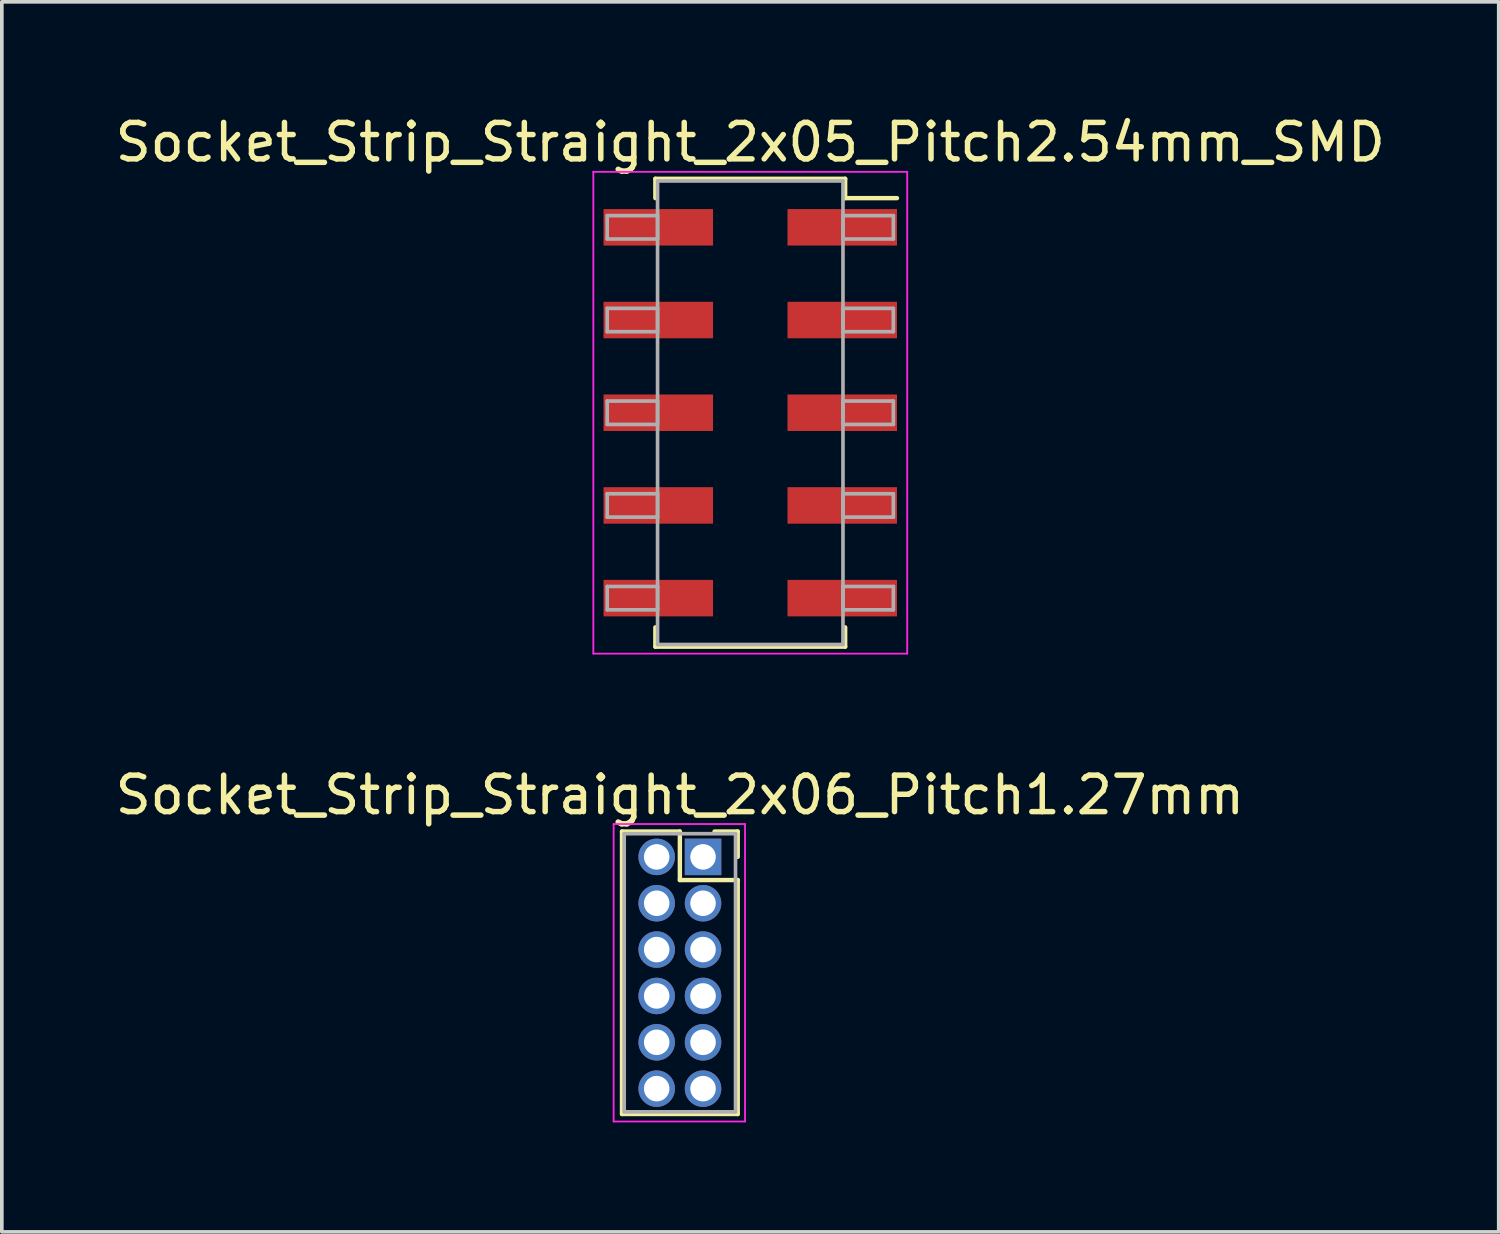
<source format=kicad_pcb>
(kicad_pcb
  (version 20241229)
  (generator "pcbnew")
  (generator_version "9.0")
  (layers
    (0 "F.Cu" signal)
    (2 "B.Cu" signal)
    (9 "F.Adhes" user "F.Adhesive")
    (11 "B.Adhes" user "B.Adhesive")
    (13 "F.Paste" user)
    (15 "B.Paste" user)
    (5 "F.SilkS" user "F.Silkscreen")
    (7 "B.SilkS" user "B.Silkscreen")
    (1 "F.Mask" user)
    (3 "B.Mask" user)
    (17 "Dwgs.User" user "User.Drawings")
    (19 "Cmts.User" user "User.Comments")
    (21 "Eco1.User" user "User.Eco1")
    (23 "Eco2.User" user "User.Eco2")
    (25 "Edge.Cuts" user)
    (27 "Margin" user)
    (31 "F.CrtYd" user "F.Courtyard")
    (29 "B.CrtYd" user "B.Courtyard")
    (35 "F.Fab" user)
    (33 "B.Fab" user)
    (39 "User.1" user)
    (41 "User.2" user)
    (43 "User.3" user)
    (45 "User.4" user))
  (footprint "Socket_Strip_Straight_2x05_Pitch2.54mm_SMD"
    (layer "F.Cu")
    (at 17.506 8.258)
    (property "Reference" "Socket_Strip_Straight_2x05_Pitch2.54mm_SMD" (at 0 -7.41 0) (layer "F.SilkS") (effects (font (size 1 1) (thickness 0.15))))
    (attr smd)
    (fp_line (start -2.6 -6.41) (end 2.6 -6.41) (stroke (width 0.12) (type solid)) (layer "F.SilkS"))
    (fp_line (start -2.6 -5.88) (end -2.6 -6.41) (stroke (width 0.12) (type solid)) (layer "F.SilkS"))
    (fp_line (start -2.6 5.88) (end -2.6 6.41) (stroke (width 0.12) (type solid)) (layer "F.SilkS"))
    (fp_line (start -2.6 6.41) (end 2.6 6.41) (stroke (width 0.12) (type solid)) (layer "F.SilkS"))
    (fp_line (start 2.6 -6.41) (end 2.6 -5.88) (stroke (width 0.12) (type solid)) (layer "F.SilkS"))
    (fp_line (start 2.6 6.41) (end 2.6 5.88) (stroke (width 0.12) (type solid)) (layer "F.SilkS"))
    (fp_line (start 4.02 -5.88) (end 2.6 -5.88) (stroke (width 0.12) (type solid)) (layer "F.SilkS"))
    (fp_line (start -4.3 -6.6) (end -4.3 6.6) (stroke (width 0.05) (type solid)) (layer "F.CrtYd"))
    (fp_line (start -4.3 6.6) (end 4.3 6.6) (stroke (width 0.05) (type solid)) (layer "F.CrtYd"))
    (fp_line (start 4.3 -6.6) (end -4.3 -6.6) (stroke (width 0.05) (type solid)) (layer "F.CrtYd"))
    (fp_line (start 4.3 6.6) (end 4.3 -6.6) (stroke (width 0.05) (type solid)) (layer "F.CrtYd"))
    (fp_line (start -3.92 -5.4) (end -2.54 -5.4) (stroke (width 0.1) (type solid)) (layer "F.Fab"))
    (fp_line (start -3.92 -4.76) (end -3.92 -5.4) (stroke (width 0.1) (type solid)) (layer "F.Fab"))
    (fp_line (start -3.92 -2.86) (end -2.54 -2.86) (stroke (width 0.1) (type solid)) (layer "F.Fab"))
    (fp_line (start -3.92 -2.22) (end -3.92 -2.86) (stroke (width 0.1) (type solid)) (layer "F.Fab"))
    (fp_line (start -3.92 -0.32) (end -2.54 -0.32) (stroke (width 0.1) (type solid)) (layer "F.Fab"))
    (fp_line (start -3.92 0.32) (end -3.92 -0.32) (stroke (width 0.1) (type solid)) (layer "F.Fab"))
    (fp_line (start -3.92 2.22) (end -2.54 2.22) (stroke (width 0.1) (type solid)) (layer "F.Fab"))
    (fp_line (start -3.92 2.86) (end -3.92 2.22) (stroke (width 0.1) (type solid)) (layer "F.Fab"))
    (fp_line (start -3.92 4.76) (end -2.54 4.76) (stroke (width 0.1) (type solid)) (layer "F.Fab"))
    (fp_line (start -3.92 5.4) (end -3.92 4.76) (stroke (width 0.1) (type solid)) (layer "F.Fab"))
    (fp_line (start -2.54 -6.35) (end -2.54 6.35) (stroke (width 0.1) (type solid)) (layer "F.Fab"))
    (fp_line (start -2.54 -5.4) (end -2.54 -4.76) (stroke (width 0.1) (type solid)) (layer "F.Fab"))
    (fp_line (start -2.54 -4.76) (end -3.92 -4.76) (stroke (width 0.1) (type solid)) (layer "F.Fab"))
    (fp_line (start -2.54 -2.86) (end -2.54 -2.22) (stroke (width 0.1) (type solid)) (layer "F.Fab"))
    (fp_line (start -2.54 -2.22) (end -3.92 -2.22) (stroke (width 0.1) (type solid)) (layer "F.Fab"))
    (fp_line (start -2.54 -0.32) (end -2.54 0.32) (stroke (width 0.1) (type solid)) (layer "F.Fab"))
    (fp_line (start -2.54 0.32) (end -3.92 0.32) (stroke (width 0.1) (type solid)) (layer "F.Fab"))
    (fp_line (start -2.54 2.22) (end -2.54 2.86) (stroke (width 0.1) (type solid)) (layer "F.Fab"))
    (fp_line (start -2.54 2.86) (end -3.92 2.86) (stroke (width 0.1) (type solid)) (layer "F.Fab"))
    (fp_line (start -2.54 4.76) (end -2.54 5.4) (stroke (width 0.1) (type solid)) (layer "F.Fab"))
    (fp_line (start -2.54 5.4) (end -3.92 5.4) (stroke (width 0.1) (type solid)) (layer "F.Fab"))
    (fp_line (start -2.54 6.35) (end 2.54 6.35) (stroke (width 0.1) (type solid)) (layer "F.Fab"))
    (fp_line (start 2.54 -6.35) (end -2.54 -6.35) (stroke (width 0.1) (type solid)) (layer "F.Fab"))
    (fp_line (start 2.54 -5.4) (end 2.54 -4.76) (stroke (width 0.1) (type solid)) (layer "F.Fab"))
    (fp_line (start 2.54 -4.76) (end 3.92 -4.76) (stroke (width 0.1) (type solid)) (layer "F.Fab"))
    (fp_line (start 2.54 -2.86) (end 2.54 -2.22) (stroke (width 0.1) (type solid)) (layer "F.Fab"))
    (fp_line (start 2.54 -2.22) (end 3.92 -2.22) (stroke (width 0.1) (type solid)) (layer "F.Fab"))
    (fp_line (start 2.54 -0.32) (end 2.54 0.32) (stroke (width 0.1) (type solid)) (layer "F.Fab"))
    (fp_line (start 2.54 0.32) (end 3.92 0.32) (stroke (width 0.1) (type solid)) (layer "F.Fab"))
    (fp_line (start 2.54 2.22) (end 2.54 2.86) (stroke (width 0.1) (type solid)) (layer "F.Fab"))
    (fp_line (start 2.54 2.86) (end 3.92 2.86) (stroke (width 0.1) (type solid)) (layer "F.Fab"))
    (fp_line (start 2.54 4.76) (end 2.54 5.4) (stroke (width 0.1) (type solid)) (layer "F.Fab"))
    (fp_line (start 2.54 5.4) (end 3.92 5.4) (stroke (width 0.1) (type solid)) (layer "F.Fab"))
    (fp_line (start 2.54 6.35) (end 2.54 -6.35) (stroke (width 0.1) (type solid)) (layer "F.Fab"))
    (fp_line (start 3.92 -5.4) (end 2.54 -5.4) (stroke (width 0.1) (type solid)) (layer "F.Fab"))
    (fp_line (start 3.92 -4.76) (end 3.92 -5.4) (stroke (width 0.1) (type solid)) (layer "F.Fab"))
    (fp_line (start 3.92 -2.86) (end 2.54 -2.86) (stroke (width 0.1) (type solid)) (layer "F.Fab"))
    (fp_line (start 3.92 -2.22) (end 3.92 -2.86) (stroke (width 0.1) (type solid)) (layer "F.Fab"))
    (fp_line (start 3.92 -0.32) (end 2.54 -0.32) (stroke (width 0.1) (type solid)) (layer "F.Fab"))
    (fp_line (start 3.92 0.32) (end 3.92 -0.32) (stroke (width 0.1) (type solid)) (layer "F.Fab"))
    (fp_line (start 3.92 2.22) (end 2.54 2.22) (stroke (width 0.1) (type solid)) (layer "F.Fab"))
    (fp_line (start 3.92 2.86) (end 3.92 2.22) (stroke (width 0.1) (type solid)) (layer "F.Fab"))
    (fp_line (start 3.92 4.76) (end 2.54 4.76) (stroke (width 0.1) (type solid)) (layer "F.Fab"))
    (fp_line (start 3.92 5.4) (end 3.92 4.76) (stroke (width 0.1) (type solid)) (layer "F.Fab"))
    (pad "1" smd rect (at 2.52 -5.08) (size 3 1) (layers "F.Cu" "F.Mask"))
    (pad "2" smd rect (at -2.52 -5.08) (size 3 1) (layers "F.Cu" "F.Mask"))
    (pad "3" smd rect (at 2.52 -2.54) (size 3 1) (layers "F.Cu" "F.Mask"))
    (pad "4" smd rect (at -2.52 -2.54) (size 3 1) (layers "F.Cu" "F.Mask"))
    (pad "5" smd rect (at 2.52 0) (size 3 1) (layers "F.Cu" "F.Mask"))
    (pad "6" smd rect (at -2.52 0) (size 3 1) (layers "F.Cu" "F.Mask"))
    (pad "7" smd rect (at 2.52 2.54) (size 3 1) (layers "F.Cu" "F.Mask"))
    (pad "8" smd rect (at -2.52 2.54) (size 3 1) (layers "F.Cu" "F.Mask"))
    (pad "9" smd rect (at 2.52 5.08) (size 3 1) (layers "F.Cu" "F.Mask"))
    (pad "10" smd rect (at -2.52 5.08) (size 3 1) (layers "F.Cu" "F.Mask")))
  (footprint "Socket_Strip_Straight_2x06_Pitch1.27mm"
    (layer "F.Cu")
    (at 16.212 20.427)
    (property "Reference" "Socket_Strip_Straight_2x06_Pitch1.27mm" (at -0.635 -1.695 0) (layer "F.SilkS") (effects (font (size 1 1) (thickness 0.15))))
    (attr through_hole)
    (fp_line (start -2.22 -0.695) (end -0.635 -0.695) (stroke (width 0.12) (type solid)) (layer "F.SilkS"))
    (fp_line (start -2.22 7.045) (end -2.22 -0.695) (stroke (width 0.12) (type solid)) (layer "F.SilkS"))
    (fp_line (start -0.635 -0.695) (end -0.635 0.635) (stroke (width 0.12) (type solid)) (layer "F.SilkS"))
    (fp_line (start -0.635 0.635) (end 0.95 0.635) (stroke (width 0.12) (type solid)) (layer "F.SilkS"))
    (fp_line (start 0.95 -0.695) (end 0.315 -0.695) (stroke (width 0.12) (type solid)) (layer "F.SilkS"))
    (fp_line (start 0.95 0) (end 0.95 -0.695) (stroke (width 0.12) (type solid)) (layer "F.SilkS"))
    (fp_line (start 0.95 0.635) (end 0.95 7.045) (stroke (width 0.12) (type solid)) (layer "F.SilkS"))
    (fp_line (start 0.95 7.045) (end -2.22 7.045) (stroke (width 0.12) (type solid)) (layer "F.SilkS"))
    (fp_line (start -2.45 -0.9) (end -2.45 7.25) (stroke (width 0.05) (type solid)) (layer "F.CrtYd"))
    (fp_line (start -2.45 7.25) (end 1.15 7.25) (stroke (width 0.05) (type solid)) (layer "F.CrtYd"))
    (fp_line (start 1.15 -0.9) (end -2.45 -0.9) (stroke (width 0.05) (type solid)) (layer "F.CrtYd"))
    (fp_line (start 1.15 7.25) (end 1.15 -0.9) (stroke (width 0.05) (type solid)) (layer "F.CrtYd"))
    (fp_line (start -2.16 -0.635) (end -2.16 6.985) (stroke (width 0.1) (type solid)) (layer "F.Fab"))
    (fp_line (start -2.16 6.985) (end 0.89 6.985) (stroke (width 0.1) (type solid)) (layer "F.Fab"))
    (fp_line (start 0.89 -0.635) (end -2.16 -0.635) (stroke (width 0.1) (type solid)) (layer "F.Fab"))
    (fp_line (start 0.89 6.985) (end 0.89 -0.635) (stroke (width 0.1) (type solid)) (layer "F.Fab"))
    (pad "1" thru_hole rect (at 0 0) (size 1 1) (drill 0.7) (layers "*.Cu" "*.Mask"))
    (pad "2" thru_hole oval (at -1.27 0) (size 1 1) (drill 0.7) (layers "*.Cu" "*.Mask"))
    (pad "3" thru_hole oval (at 0 1.27) (size 1 1) (drill 0.7) (layers "*.Cu" "*.Mask"))
    (pad "4" thru_hole oval (at -1.27 1.27) (size 1 1) (drill 0.7) (layers "*.Cu" "*.Mask"))
    (pad "5" thru_hole oval (at 0 2.54) (size 1 1) (drill 0.7) (layers "*.Cu" "*.Mask"))
    (pad "6" thru_hole oval (at -1.27 2.54) (size 1 1) (drill 0.7) (layers "*.Cu" "*.Mask"))
    (pad "7" thru_hole oval (at 0 3.81) (size 1 1) (drill 0.7) (layers "*.Cu" "*.Mask"))
    (pad "8" thru_hole oval (at -1.27 3.81) (size 1 1) (drill 0.7) (layers "*.Cu" "*.Mask"))
    (pad "9" thru_hole oval (at 0 5.08) (size 1 1) (drill 0.7) (layers "*.Cu" "*.Mask"))
    (pad "10" thru_hole oval (at -1.27 5.08) (size 1 1) (drill 0.7) (layers "*.Cu" "*.Mask"))
    (pad "11" thru_hole oval (at 0 6.35) (size 1 1) (drill 0.7) (layers "*.Cu" "*.Mask"))
    (pad "12" thru_hole oval (at -1.27 6.35) (size 1 1) (drill 0.7) (layers "*.Cu" "*.Mask")))
  (gr_rect
    (start -3 -3)
    (end 38.012 30.701)
    (stroke (width 0.1) (type default))
    (fill no)
    (layer "Edge.Cuts")))
</source>
